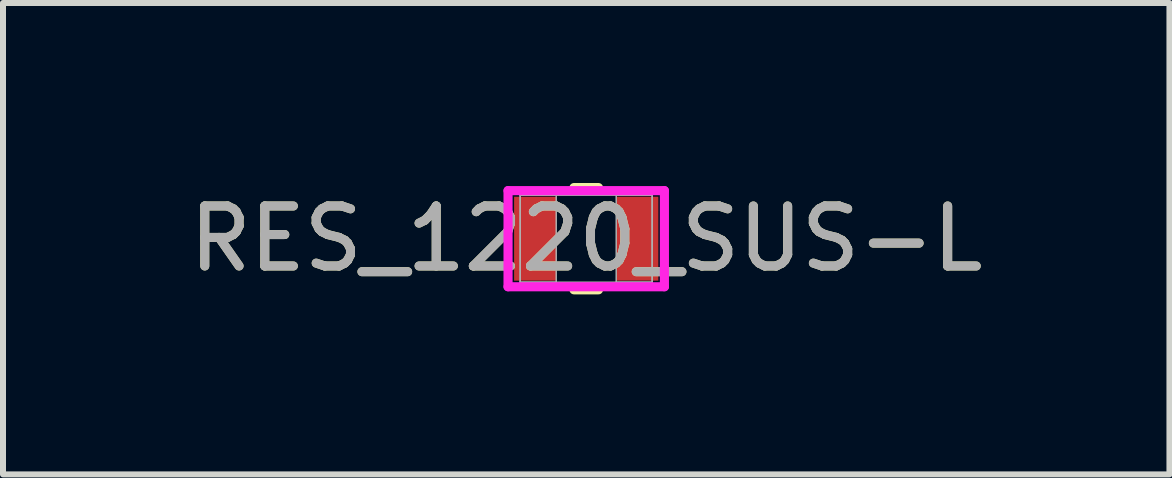
<source format=kicad_pcb>
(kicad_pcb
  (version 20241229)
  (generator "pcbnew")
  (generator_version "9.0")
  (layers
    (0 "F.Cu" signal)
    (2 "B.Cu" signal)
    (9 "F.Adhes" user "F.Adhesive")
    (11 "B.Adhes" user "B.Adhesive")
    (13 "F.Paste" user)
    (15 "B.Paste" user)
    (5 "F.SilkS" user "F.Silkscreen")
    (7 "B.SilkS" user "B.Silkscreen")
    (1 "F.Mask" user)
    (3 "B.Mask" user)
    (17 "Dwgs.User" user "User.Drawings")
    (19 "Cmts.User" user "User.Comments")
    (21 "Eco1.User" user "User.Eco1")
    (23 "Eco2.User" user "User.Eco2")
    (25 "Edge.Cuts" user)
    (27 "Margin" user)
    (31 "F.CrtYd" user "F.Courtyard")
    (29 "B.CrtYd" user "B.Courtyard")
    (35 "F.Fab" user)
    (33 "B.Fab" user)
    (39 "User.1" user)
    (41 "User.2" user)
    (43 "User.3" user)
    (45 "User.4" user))
  (footprint "RES_1220_SUS-L"
    (layer "F.Cu")
    (at 6.72 0.928)
    (property "Reference" "RES_1220_SUS-L" (at 0 0 0) (unlocked yes) (layer "F.SilkS") (effects (font (size 1 1) (thickness 0.15))))
    (attr smd)
    (fp_line (start -0.204 0.852) (end 0.204 0.852) (stroke (width 0.152) (type solid)) (layer "F.SilkS"))
    (fp_line (start 0.204 -0.852) (end -0.204 -0.852) (stroke (width 0.152) (type solid)) (layer "F.SilkS"))
    (fp_line (start -1.303 -0.801) (end 1.303 -0.801) (stroke (width 0.152) (type solid)) (layer "F.CrtYd"))
    (fp_line (start -1.303 0.801) (end -1.303 -0.801) (stroke (width 0.152) (type solid)) (layer "F.CrtYd"))
    (fp_line (start 1.303 -0.801) (end 1.303 0.801) (stroke (width 0.152) (type solid)) (layer "F.CrtYd"))
    (fp_line (start 1.303 0.801) (end -1.303 0.801) (stroke (width 0.152) (type solid)) (layer "F.CrtYd"))
    (fp_line (start -1.1 -0.725) (end -1.1 0.725) (stroke (width 0.025) (type solid)) (layer "F.Fab"))
    (fp_line (start -1.1 -0.725) (end -1.1 0.725) (stroke (width 0.025) (type solid)) (layer "F.Fab"))
    (fp_line (start -1.1 0.725) (end -0.5 0.725) (stroke (width 0.025) (type solid)) (layer "F.Fab"))
    (fp_line (start -1.1 0.725) (end 1.1 0.725) (stroke (width 0.025) (type solid)) (layer "F.Fab"))
    (fp_line (start -0.5 -0.725) (end -1.1 -0.725) (stroke (width 0.025) (type solid)) (layer "F.Fab"))
    (fp_line (start -0.5 0.725) (end -0.5 -0.725) (stroke (width 0.025) (type solid)) (layer "F.Fab"))
    (fp_line (start 0.5 -0.725) (end 0.5 0.725) (stroke (width 0.025) (type solid)) (layer "F.Fab"))
    (fp_line (start 0.5 0.725) (end 1.1 0.725) (stroke (width 0.025) (type solid)) (layer "F.Fab"))
    (fp_line (start 1.1 -0.725) (end -1.1 -0.725) (stroke (width 0.025) (type solid)) (layer "F.Fab"))
    (fp_line (start 1.1 -0.725) (end 0.5 -0.725) (stroke (width 0.025) (type solid)) (layer "F.Fab"))
    (fp_line (start 1.1 0.725) (end 1.1 -0.725) (stroke (width 0.025) (type solid)) (layer "F.Fab"))
    (fp_line (start 1.1 0.725) (end 1.1 -0.725) (stroke (width 0.025) (type solid)) (layer "F.Fab"))
    (fp_text user "${REFERENCE}" (at 0 0 0) (unlocked yes) (layer "F.Fab") (effects (font (size 1 1) (thickness 0.15))))
    (pad "1" smd rect (at -0.851 0) (size 0.702 1.399) (layers "F.Cu" "F.Mask" "F.Paste"))
    (pad "2" smd rect (at 0.851 0) (size 0.702 1.399) (layers "F.Cu" "F.Mask" "F.Paste"))
    (zone (net_name "") (layer "F.Cu") (hatch full 0.508) (connect_pads) (min_thickness 0.254) (filled_areas_thickness no) (keepout (tracks not_allowed) (vias not_allowed) (pads allowed) (copperpour not_allowed) (footprints allowed)) (placement (enabled no)) (fill) (polygon (pts (xy 6.271 0.254) (xy 7.169 0.254) (xy 7.169 1.602) (xy 6.271 1.602)))))
  (gr_rect
    (start -3 -3)
    (end 16.44 4.856)
    (stroke (width 0.1) (type default))
    (fill no)
    (layer "Edge.Cuts")))
</source>
